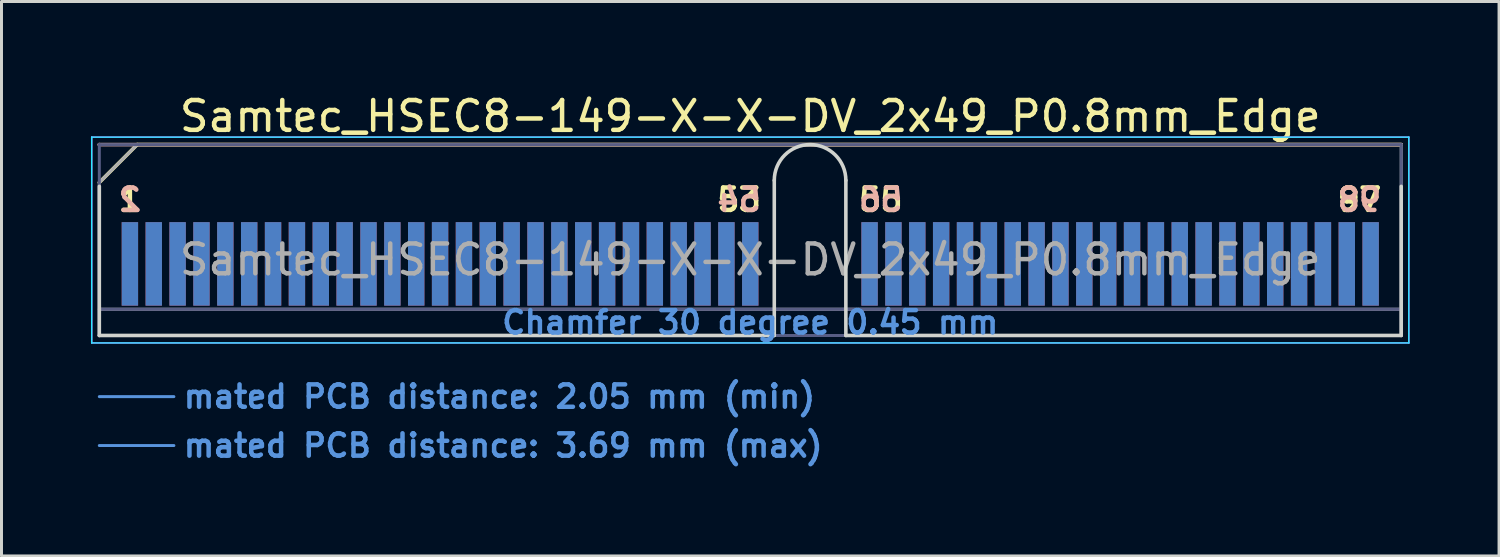
<source format=kicad_pcb>
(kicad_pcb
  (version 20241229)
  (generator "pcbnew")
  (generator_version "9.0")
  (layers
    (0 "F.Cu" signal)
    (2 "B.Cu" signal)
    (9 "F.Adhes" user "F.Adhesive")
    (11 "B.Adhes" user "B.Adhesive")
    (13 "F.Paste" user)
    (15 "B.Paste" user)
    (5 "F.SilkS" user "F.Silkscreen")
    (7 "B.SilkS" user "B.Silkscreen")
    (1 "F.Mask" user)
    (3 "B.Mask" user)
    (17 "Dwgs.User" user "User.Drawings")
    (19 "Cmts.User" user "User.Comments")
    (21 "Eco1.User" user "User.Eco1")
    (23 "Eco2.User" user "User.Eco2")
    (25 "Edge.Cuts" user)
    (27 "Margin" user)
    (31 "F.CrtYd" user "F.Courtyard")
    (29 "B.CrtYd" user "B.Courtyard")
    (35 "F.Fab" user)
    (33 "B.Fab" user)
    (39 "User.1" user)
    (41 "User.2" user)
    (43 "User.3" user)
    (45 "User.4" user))
  (footprint "Samtec_HSEC8-149-X-X-DV_2x49_P0.8mm_Edge"
    (layer "F.Cu")
    (at 22.105 8.198)
    (property "Reference" "Samtec_HSEC8-149-X-X-DV_2x49_P0.8mm_Edge" (at 0 -7.35 0) (layer "F.SilkS") (effects (font (size 1 1) (thickness 0.15))))
    (attr exclude_from_pos_files exclude_from_bom)
    (fp_line (start -21.825 -5.13) (end -20.555 -6.4) (stroke (width 0.12) (type solid)) (layer "F.SilkS"))
    (fp_line (start -20.555 -6.4) (end 21.825 -6.4) (stroke (width 0.12) (type solid)) (layer "F.SilkS"))
    (fp_line (start -21.825 -6.4) (end -21.825 -6.4) (stroke (width 0.12) (type solid)) (layer "B.SilkS"))
    (fp_line (start -21.825 -6.4) (end 21.825 -6.4) (stroke (width 0.12) (type solid)) (layer "B.SilkS"))
    (fp_line (start -21.825 2.05) (end -19.325 2.05) (stroke (width 0.1) (type solid)) (layer "Cmts.User"))
    (fp_line (start -21.825 3.69) (end -19.325 3.69) (stroke (width 0.1) (type solid)) (layer "Cmts.User"))
    (fp_line (start -21.825 -5) (end -21.825 0) (stroke (width 0.12) (type solid)) (layer "Edge.Cuts"))
    (fp_line (start -21.825 0) (end 0.805 0) (stroke (width 0.12) (type solid)) (layer "Edge.Cuts"))
    (fp_line (start 0.805 0) (end 0.805 -5.2) (stroke (width 0.12) (type solid)) (layer "Edge.Cuts"))
    (fp_line (start 3.205 -5.2) (end 3.205 0) (stroke (width 0.12) (type solid)) (layer "Edge.Cuts"))
    (fp_line (start 3.205 0) (end 21.825 0) (stroke (width 0.12) (type solid)) (layer "Edge.Cuts"))
    (fp_line (start 21.825 0) (end 21.825 -5) (stroke (width 0.12) (type solid)) (layer "Edge.Cuts"))
    (fp_arc (start 0.805 -5.2) (mid 2.005 -6.4) (end 3.205 -5.2) (stroke (width 0.12) (type solid)) (layer "Edge.Cuts"))
    (fp_line (start -22.08 -6.65) (end -22.08 0.25) (stroke (width 0.05) (type solid)) (layer "B.CrtYd"))
    (fp_line (start -22.08 0.25) (end 22.08 0.25) (stroke (width 0.05) (type solid)) (layer "B.CrtYd"))
    (fp_line (start 22.08 -6.65) (end -22.08 -6.65) (stroke (width 0.05) (type solid)) (layer "B.CrtYd"))
    (fp_line (start 22.08 0.25) (end 22.08 -6.65) (stroke (width 0.05) (type solid)) (layer "B.CrtYd"))
    (fp_line (start -22.08 -6.65) (end -22.08 0.25) (stroke (width 0.05) (type solid)) (layer "F.CrtYd"))
    (fp_line (start -22.08 0.25) (end 22.08 0.25) (stroke (width 0.05) (type solid)) (layer "F.CrtYd"))
    (fp_line (start 22.08 -6.65) (end -22.08 -6.65) (stroke (width 0.05) (type solid)) (layer "F.CrtYd"))
    (fp_line (start 22.08 0.25) (end 22.08 -6.65) (stroke (width 0.05) (type solid)) (layer "F.CrtYd"))
    (fp_line (start -21.825 -6.4) (end -21.825 -6.4) (stroke (width 0.1) (type solid)) (layer "B.Fab"))
    (fp_line (start -21.825 -6.4) (end -21.825 0) (stroke (width 0.1) (type solid)) (layer "B.Fab"))
    (fp_line (start -21.825 -6.4) (end 21.825 -6.4) (stroke (width 0.1) (type solid)) (layer "B.Fab"))
    (fp_line (start -21.825 -0.88) (end 21.825 -0.88) (stroke (width 0.1) (type solid)) (layer "B.Fab"))
    (fp_line (start -21.825 0) (end 21.825 0) (stroke (width 0.1) (type solid)) (layer "B.Fab"))
    (fp_line (start 21.825 -6.4) (end 21.825 0) (stroke (width 0.1) (type solid)) (layer "B.Fab"))
    (fp_line (start -21.825 -5.13) (end -21.825 0) (stroke (width 0.1) (type solid)) (layer "F.Fab"))
    (fp_line (start -21.825 -5.13) (end -20.555 -6.4) (stroke (width 0.1) (type solid)) (layer "F.Fab"))
    (fp_line (start -21.825 -0.88) (end 21.825 -0.88) (stroke (width 0.1) (type solid)) (layer "F.Fab"))
    (fp_line (start -21.825 0) (end 21.825 0) (stroke (width 0.1) (type solid)) (layer "F.Fab"))
    (fp_line (start -20.555 -6.4) (end 21.825 -6.4) (stroke (width 0.1) (type solid)) (layer "F.Fab"))
    (fp_line (start 21.825 -6.4) (end 21.825 0) (stroke (width 0.1) (type solid)) (layer "F.Fab"))
    (fp_text user "53" (at -0.375 -4.55 0) (layer "F.SilkS") (effects (font (size 0.75 0.75) (thickness 0.15))))
    (fp_text user "55" (at 4.375 -4.55 0) (layer "F.SilkS") (effects (font (size 0.75 0.75) (thickness 0.15))))
    (fp_text user "1" (at -20.8 -4.55 0) (layer "F.SilkS") (effects (font (size 0.75 0.75) (thickness 0.15))))
    (fp_text user "97" (at 20.425 -4.55 0) (layer "F.SilkS") (effects (font (size 0.75 0.75) (thickness 0.15))))
    (fp_text user "2" (at -20.8 -4.55 0) (layer "B.SilkS") (effects (font (size 0.75 0.75) (thickness 0.15)) (justify mirror)))
    (fp_text user "98" (at 20.425 -4.55 0) (layer "B.SilkS") (effects (font (size 0.75 0.75) (thickness 0.15)) (justify mirror)))
    (fp_text user "56" (at 4.375 -4.55 0) (layer "B.SilkS") (effects (font (size 0.75 0.75) (thickness 0.15)) (justify mirror)))
    (fp_text user "54" (at -0.375 -4.55 0) (layer "B.SilkS") (effects (font (size 0.75 0.75) (thickness 0.15)) (justify mirror)))
    (fp_text user "mated PCB distance: 3.69 mm (max)" (at -19.08 3.69 0) (layer "Cmts.User") (effects (font (size 0.75 0.75) (thickness 0.15)) (justify left)))
    (fp_text user "Chamfer 30 degree 0.45 mm" (at 0 -0.44 0) (layer "Cmts.User") (effects (font (size 0.75 0.75) (thickness 0.15))))
    (fp_text user "mated PCB distance: 2.05 mm (min)" (at -19.08 2.05 0) (layer "Cmts.User") (effects (font (size 0.75 0.75) (thickness 0.15)) (justify left)))
    (fp_text user "${REFERENCE}" (at 0 -2.54 0) (layer "F.Fab") (effects (font (size 1 1) (thickness 0.15))))
    (pad "1" connect rect (at -20.8 -2.4) (size 0.55 2.8) (layers "F.Cu" "F.Mask"))
    (pad "2" connect rect (at -20.8 -2.4) (size 0.55 2.8) (layers "B.Cu" "B.Mask"))
    (pad "3" connect rect (at -20 -2.4) (size 0.55 2.8) (layers "F.Cu" "F.Mask"))
    (pad "4" connect rect (at -20 -2.4) (size 0.55 2.8) (layers "B.Cu" "B.Mask"))
    (pad "5" connect rect (at -19.2 -2.4) (size 0.55 2.8) (layers "F.Cu" "F.Mask"))
    (pad "6" connect rect (at -19.2 -2.4) (size 0.55 2.8) (layers "B.Cu" "B.Mask"))
    (pad "7" connect rect (at -18.4 -2.4) (size 0.55 2.8) (layers "F.Cu" "F.Mask"))
    (pad "8" connect rect (at -18.4 -2.4) (size 0.55 2.8) (layers "B.Cu" "B.Mask"))
    (pad "9" connect rect (at -17.6 -2.4) (size 0.55 2.8) (layers "F.Cu" "F.Mask"))
    (pad "10" connect rect (at -17.6 -2.4) (size 0.55 2.8) (layers "B.Cu" "B.Mask"))
    (pad "11" connect rect (at -16.8 -2.4) (size 0.55 2.8) (layers "F.Cu" "F.Mask"))
    (pad "12" connect rect (at -16.8 -2.4) (size 0.55 2.8) (layers "B.Cu" "B.Mask"))
    (pad "13" connect rect (at -16 -2.4) (size 0.55 2.8) (layers "F.Cu" "F.Mask"))
    (pad "14" connect rect (at -16 -2.4) (size 0.55 2.8) (layers "B.Cu" "B.Mask"))
    (pad "15" connect rect (at -15.2 -2.4) (size 0.55 2.8) (layers "F.Cu" "F.Mask"))
    (pad "16" connect rect (at -15.2 -2.4) (size 0.55 2.8) (layers "B.Cu" "B.Mask"))
    (pad "17" connect rect (at -14.4 -2.4) (size 0.55 2.8) (layers "F.Cu" "F.Mask"))
    (pad "18" connect rect (at -14.4 -2.4) (size 0.55 2.8) (layers "B.Cu" "B.Mask"))
    (pad "19" connect rect (at -13.6 -2.4) (size 0.55 2.8) (layers "F.Cu" "F.Mask"))
    (pad "20" connect rect (at -13.6 -2.4) (size 0.55 2.8) (layers "B.Cu" "B.Mask"))
    (pad "21" connect rect (at -12.8 -2.4) (size 0.55 2.8) (layers "F.Cu" "F.Mask"))
    (pad "22" connect rect (at -12.8 -2.4) (size 0.55 2.8) (layers "B.Cu" "B.Mask"))
    (pad "23" connect rect (at -12 -2.4) (size 0.55 2.8) (layers "F.Cu" "F.Mask"))
    (pad "24" connect rect (at -12 -2.4) (size 0.55 2.8) (layers "B.Cu" "B.Mask"))
    (pad "25" connect rect (at -11.2 -2.4) (size 0.55 2.8) (layers "F.Cu" "F.Mask"))
    (pad "26" connect rect (at -11.2 -2.4) (size 0.55 2.8) (layers "B.Cu" "B.Mask"))
    (pad "27" connect rect (at -10.4 -2.4) (size 0.55 2.8) (layers "F.Cu" "F.Mask"))
    (pad "28" connect rect (at -10.4 -2.4) (size 0.55 2.8) (layers "B.Cu" "B.Mask"))
    (pad "29" connect rect (at -9.6 -2.4) (size 0.55 2.8) (layers "F.Cu" "F.Mask"))
    (pad "30" connect rect (at -9.6 -2.4) (size 0.55 2.8) (layers "B.Cu" "B.Mask"))
    (pad "31" connect rect (at -8.8 -2.4) (size 0.55 2.8) (layers "F.Cu" "F.Mask"))
    (pad "32" connect rect (at -8.8 -2.4) (size 0.55 2.8) (layers "B.Cu" "B.Mask"))
    (pad "33" connect rect (at -8 -2.4) (size 0.55 2.8) (layers "F.Cu" "F.Mask"))
    (pad "34" connect rect (at -8 -2.4) (size 0.55 2.8) (layers "B.Cu" "B.Mask"))
    (pad "35" connect rect (at -7.2 -2.4) (size 0.55 2.8) (layers "F.Cu" "F.Mask"))
    (pad "36" connect rect (at -7.2 -2.4) (size 0.55 2.8) (layers "B.Cu" "B.Mask"))
    (pad "37" connect rect (at -6.4 -2.4) (size 0.55 2.8) (layers "F.Cu" "F.Mask"))
    (pad "38" connect rect (at -6.4 -2.4) (size 0.55 2.8) (layers "B.Cu" "B.Mask"))
    (pad "39" connect rect (at -5.6 -2.4) (size 0.55 2.8) (layers "F.Cu" "F.Mask"))
    (pad "40" connect rect (at -5.6 -2.4) (size 0.55 2.8) (layers "B.Cu" "B.Mask"))
    (pad "41" connect rect (at -4.8 -2.4) (size 0.55 2.8) (layers "F.Cu" "F.Mask"))
    (pad "42" connect rect (at -4.8 -2.4) (size 0.55 2.8) (layers "B.Cu" "B.Mask"))
    (pad "43" connect rect (at -4 -2.4) (size 0.55 2.8) (layers "F.Cu" "F.Mask"))
    (pad "44" connect rect (at -4 -2.4) (size 0.55 2.8) (layers "B.Cu" "B.Mask"))
    (pad "45" connect rect (at -3.2 -2.4) (size 0.55 2.8) (layers "F.Cu" "F.Mask"))
    (pad "46" connect rect (at -3.2 -2.4) (size 0.55 2.8) (layers "B.Cu" "B.Mask"))
    (pad "47" connect rect (at -2.4 -2.4) (size 0.55 2.8) (layers "F.Cu" "F.Mask"))
    (pad "48" connect rect (at -2.4 -2.4) (size 0.55 2.8) (layers "B.Cu" "B.Mask"))
    (pad "49" connect rect (at -1.6 -2.4) (size 0.55 2.8) (layers "F.Cu" "F.Mask"))
    (pad "50" connect rect (at -1.6 -2.4) (size 0.55 2.8) (layers "B.Cu" "B.Mask"))
    (pad "51" connect rect (at -0.8 -2.4) (size 0.55 2.8) (layers "F.Cu" "F.Mask"))
    (pad "52" connect rect (at -0.8 -2.4) (size 0.55 2.8) (layers "B.Cu" "B.Mask"))
    (pad "53" connect rect (at 0 -2.4) (size 0.55 2.8) (layers "F.Cu" "F.Mask"))
    (pad "54" connect rect (at 0 -2.4) (size 0.55 2.8) (layers "B.Cu" "B.Mask"))
    (pad "55" connect rect (at 4 -2.4) (size 0.55 2.8) (layers "F.Cu" "F.Mask"))
    (pad "56" connect rect (at 4 -2.4) (size 0.55 2.8) (layers "B.Cu" "B.Mask"))
    (pad "57" connect rect (at 4.8 -2.4) (size 0.55 2.8) (layers "F.Cu" "F.Mask"))
    (pad "58" connect rect (at 4.8 -2.4) (size 0.55 2.8) (layers "B.Cu" "B.Mask"))
    (pad "59" connect rect (at 5.6 -2.4) (size 0.55 2.8) (layers "F.Cu" "F.Mask"))
    (pad "60" connect rect (at 5.6 -2.4) (size 0.55 2.8) (layers "B.Cu" "B.Mask"))
    (pad "61" connect rect (at 6.4 -2.4) (size 0.55 2.8) (layers "F.Cu" "F.Mask"))
    (pad "62" connect rect (at 6.4 -2.4) (size 0.55 2.8) (layers "B.Cu" "B.Mask"))
    (pad "63" connect rect (at 7.2 -2.4) (size 0.55 2.8) (layers "F.Cu" "F.Mask"))
    (pad "64" connect rect (at 7.2 -2.4) (size 0.55 2.8) (layers "B.Cu" "B.Mask"))
    (pad "65" connect rect (at 8 -2.4) (size 0.55 2.8) (layers "F.Cu" "F.Mask"))
    (pad "66" connect rect (at 8 -2.4) (size 0.55 2.8) (layers "B.Cu" "B.Mask"))
    (pad "67" connect rect (at 8.8 -2.4) (size 0.55 2.8) (layers "F.Cu" "F.Mask"))
    (pad "68" connect rect (at 8.8 -2.4) (size 0.55 2.8) (layers "B.Cu" "B.Mask"))
    (pad "69" connect rect (at 9.6 -2.4) (size 0.55 2.8) (layers "F.Cu" "F.Mask"))
    (pad "70" connect rect (at 9.6 -2.4) (size 0.55 2.8) (layers "B.Cu" "B.Mask"))
    (pad "71" connect rect (at 10.4 -2.4) (size 0.55 2.8) (layers "F.Cu" "F.Mask"))
    (pad "72" connect rect (at 10.4 -2.4) (size 0.55 2.8) (layers "B.Cu" "B.Mask"))
    (pad "73" connect rect (at 11.2 -2.4) (size 0.55 2.8) (layers "F.Cu" "F.Mask"))
    (pad "74" connect rect (at 11.2 -2.4) (size 0.55 2.8) (layers "B.Cu" "B.Mask"))
    (pad "75" connect rect (at 12 -2.4) (size 0.55 2.8) (layers "F.Cu" "F.Mask"))
    (pad "76" connect rect (at 12 -2.4) (size 0.55 2.8) (layers "B.Cu" "B.Mask"))
    (pad "77" connect rect (at 12.8 -2.4) (size 0.55 2.8) (layers "F.Cu" "F.Mask"))
    (pad "78" connect rect (at 12.8 -2.4) (size 0.55 2.8) (layers "B.Cu" "B.Mask"))
    (pad "79" connect rect (at 13.6 -2.4) (size 0.55 2.8) (layers "F.Cu" "F.Mask"))
    (pad "80" connect rect (at 13.6 -2.4) (size 0.55 2.8) (layers "B.Cu" "B.Mask"))
    (pad "81" connect rect (at 14.4 -2.4) (size 0.55 2.8) (layers "F.Cu" "F.Mask"))
    (pad "82" connect rect (at 14.4 -2.4) (size 0.55 2.8) (layers "B.Cu" "B.Mask"))
    (pad "83" connect rect (at 15.2 -2.4) (size 0.55 2.8) (layers "F.Cu" "F.Mask"))
    (pad "84" connect rect (at 15.2 -2.4) (size 0.55 2.8) (layers "B.Cu" "B.Mask"))
    (pad "85" connect rect (at 16 -2.4) (size 0.55 2.8) (layers "F.Cu" "F.Mask"))
    (pad "86" connect rect (at 16 -2.4) (size 0.55 2.8) (layers "B.Cu" "B.Mask"))
    (pad "87" connect rect (at 16.8 -2.4) (size 0.55 2.8) (layers "F.Cu" "F.Mask"))
    (pad "88" connect rect (at 16.8 -2.4) (size 0.55 2.8) (layers "B.Cu" "B.Mask"))
    (pad "89" connect rect (at 17.6 -2.4) (size 0.55 2.8) (layers "F.Cu" "F.Mask"))
    (pad "90" connect rect (at 17.6 -2.4) (size 0.55 2.8) (layers "B.Cu" "B.Mask"))
    (pad "91" connect rect (at 18.4 -2.4) (size 0.55 2.8) (layers "F.Cu" "F.Mask"))
    (pad "92" connect rect (at 18.4 -2.4) (size 0.55 2.8) (layers "B.Cu" "B.Mask"))
    (pad "93" connect rect (at 19.2 -2.4) (size 0.55 2.8) (layers "F.Cu" "F.Mask"))
    (pad "94" connect rect (at 19.2 -2.4) (size 0.55 2.8) (layers "B.Cu" "B.Mask"))
    (pad "95" connect rect (at 20 -2.4) (size 0.55 2.8) (layers "F.Cu" "F.Mask"))
    (pad "96" connect rect (at 20 -2.4) (size 0.55 2.8) (layers "B.Cu" "B.Mask"))
    (pad "97" connect rect (at 20.8 -2.4) (size 0.55 2.8) (layers "F.Cu" "F.Mask"))
    (pad "98" connect rect (at 20.8 -2.4) (size 0.55 2.8) (layers "B.Cu" "B.Mask")))
  (gr_rect
    (start -3 -3)
    (end 47.21 15.59)
    (stroke (width 0.1) (type default))
    (fill no)
    (layer "Edge.Cuts")))
</source>
